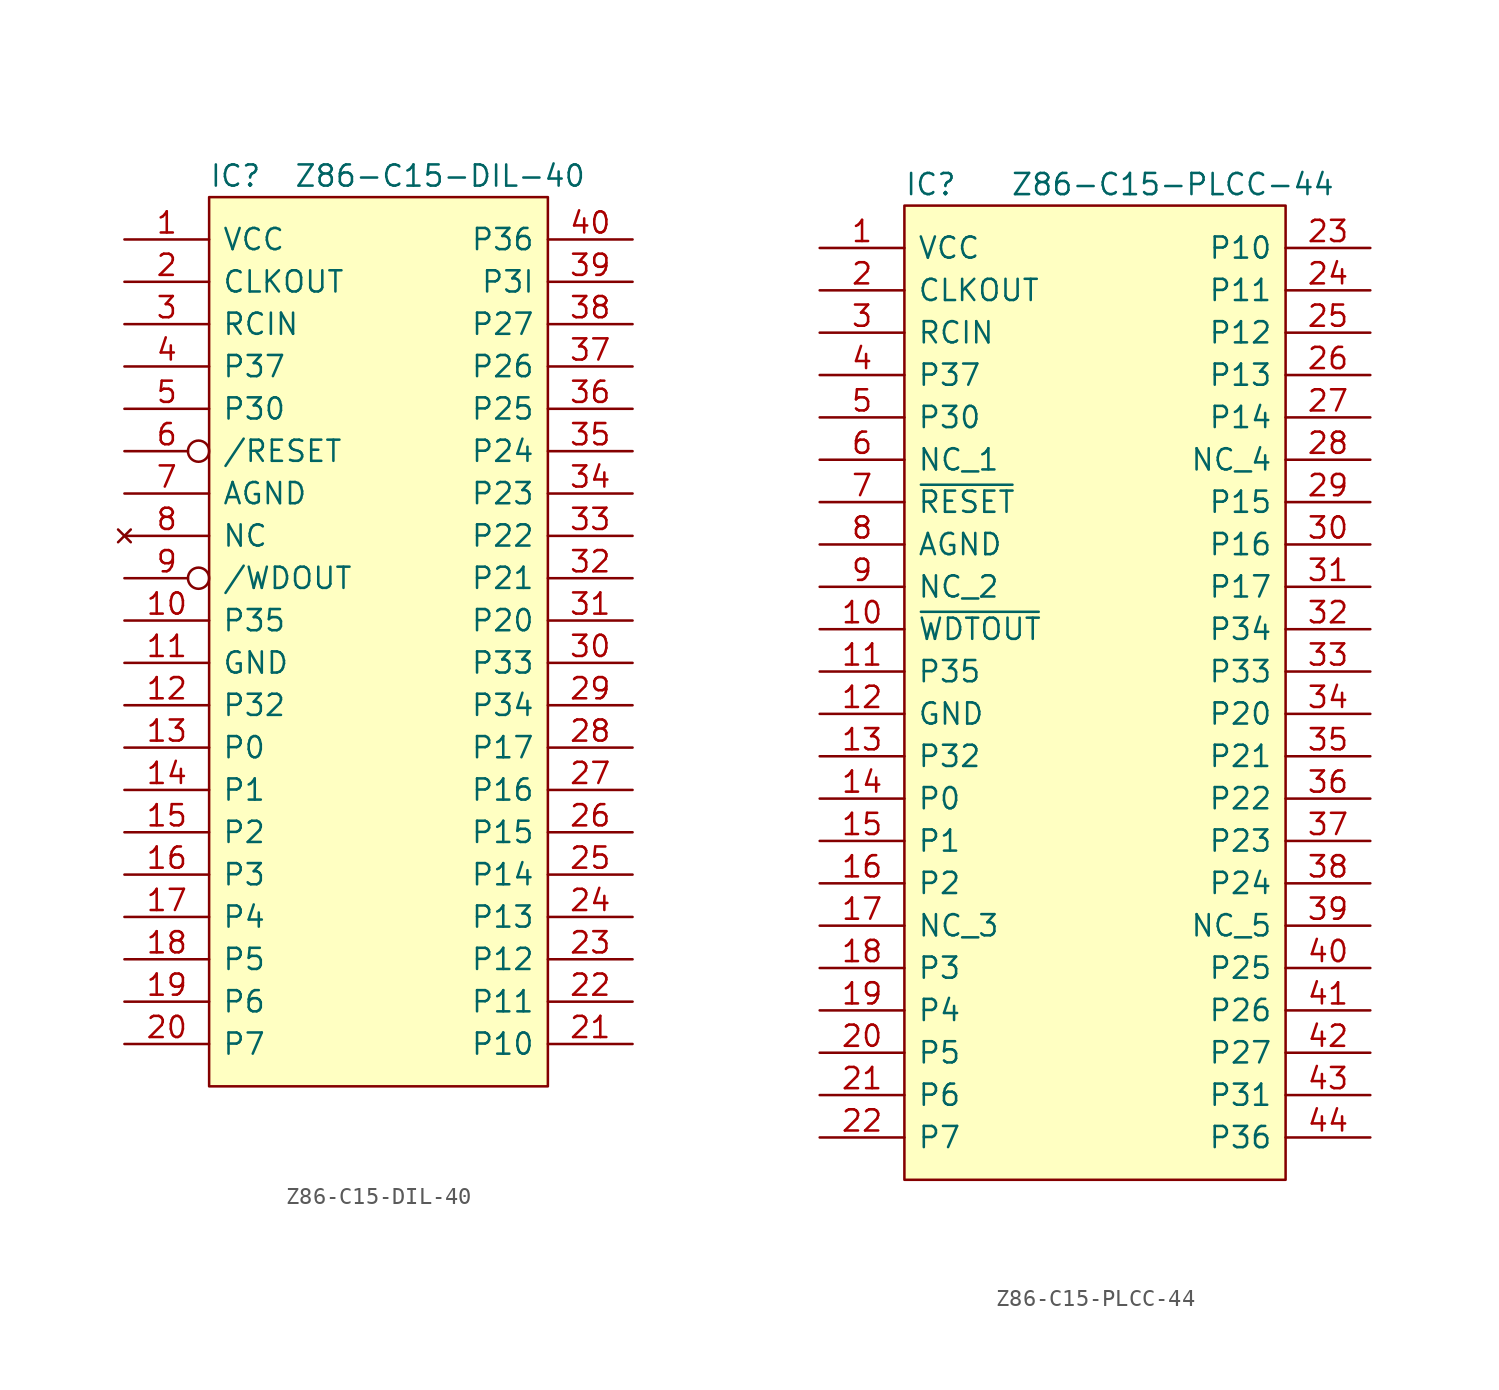
<source format=kicad_sym>
(kicad_symbol_lib
  (version 20211014)
  (generator kicad_symbol_editor)
  (symbol "Z86-C15-DIL-40"
    (pin_names
      (offset 0.762))
    (property "Reference" "IC"
      (at 0 1.27 0)
      (effects (font (size 1.27 1.27)) (justify left)))
    (property "Value" "Z86-C15-DIL-40"
      (at 5.08 1.27 0)
      (effects (font (size 1.27 1.27)) (justify left)))
    (symbol "Z86-C15-DIL-40_0_0"
      (pin power_in line (at -5.08 -2.54 0) (length 5.08) (name "VCC" (effects (font (size 1.27 1.27)))) (number "1" (effects (font (size 1.27 1.27)))))
      (pin output line (at -5.08 -25.4 0) (length 5.08) (name "P35" (effects (font (size 1.27 1.27)))) (number "10" (effects (font (size 1.27 1.27)))))
      (pin power_in line (at -5.08 -27.94 0) (length 5.08) (name "GND" (effects (font (size 1.27 1.27)))) (number "11" (effects (font (size 1.27 1.27)))))
      (pin input line (at -5.08 -30.48 0) (length 5.08) (name "P32" (effects (font (size 1.27 1.27)))) (number "12" (effects (font (size 1.27 1.27)))))
      (pin bidirectional line (at -5.08 -33.02 0) (length 5.08) (name "P0" (effects (font (size 1.27 1.27)))) (number "13" (effects (font (size 1.27 1.27)))))
      (pin bidirectional line (at -5.08 -35.56 0) (length 5.08) (name "P1" (effects (font (size 1.27 1.27)))) (number "14" (effects (font (size 1.27 1.27)))))
      (pin bidirectional line (at -5.08 -38.1 0) (length 5.08) (name "P2" (effects (font (size 1.27 1.27)))) (number "15" (effects (font (size 1.27 1.27)))))
      (pin bidirectional line (at -5.08 -40.64 0) (length 5.08) (name "P3" (effects (font (size 1.27 1.27)))) (number "16" (effects (font (size 1.27 1.27)))))
      (pin bidirectional line (at -5.08 -43.18 0) (length 5.08) (name "P4" (effects (font (size 1.27 1.27)))) (number "17" (effects (font (size 1.27 1.27)))))
      (pin bidirectional line (at -5.08 -45.72 0) (length 5.08) (name "P5" (effects (font (size 1.27 1.27)))) (number "18" (effects (font (size 1.27 1.27)))))
      (pin bidirectional line (at -5.08 -48.26 0) (length 5.08) (name "P6" (effects (font (size 1.27 1.27)))) (number "19" (effects (font (size 1.27 1.27)))))
      (pin output line (at -5.08 -5.08 0) (length 5.08) (name "CLKOUT" (effects (font (size 1.27 1.27)))) (number "2" (effects (font (size 1.27 1.27)))))
      (pin bidirectional line (at -5.08 -50.8 0) (length 5.08) (name "P7" (effects (font (size 1.27 1.27)))) (number "20" (effects (font (size 1.27 1.27)))))
      (pin bidirectional line (at 25.4 -50.8 180) (length 5.08) (name "P10" (effects (font (size 1.27 1.27)))) (number "21" (effects (font (size 1.27 1.27)))))
      (pin bidirectional line (at 25.4 -48.26 180) (length 5.08) (name "P11" (effects (font (size 1.27 1.27)))) (number "22" (effects (font (size 1.27 1.27)))))
      (pin bidirectional line (at 25.4 -45.72 180) (length 5.08) (name "P12" (effects (font (size 1.27 1.27)))) (number "23" (effects (font (size 1.27 1.27)))))
      (pin bidirectional line (at 25.4 -43.18 180) (length 5.08) (name "P13" (effects (font (size 1.27 1.27)))) (number "24" (effects (font (size 1.27 1.27)))))
      (pin bidirectional line (at 25.4 -40.64 180) (length 5.08) (name "P14" (effects (font (size 1.27 1.27)))) (number "25" (effects (font (size 1.27 1.27)))))
      (pin bidirectional line (at 25.4 -38.1 180) (length 5.08) (name "P15" (effects (font (size 1.27 1.27)))) (number "26" (effects (font (size 1.27 1.27)))))
      (pin bidirectional line (at 25.4 -35.56 180) (length 5.08) (name "P16" (effects (font (size 1.27 1.27)))) (number "27" (effects (font (size 1.27 1.27)))))
      (pin bidirectional line (at 25.4 -33.02 180) (length 5.08) (name "P17" (effects (font (size 1.27 1.27)))) (number "28" (effects (font (size 1.27 1.27)))))
      (pin output line (at 25.4 -30.48 180) (length 5.08) (name "P34" (effects (font (size 1.27 1.27)))) (number "29" (effects (font (size 1.27 1.27)))))
      (pin input line (at -5.08 -7.62 0) (length 5.08) (name "RCIN" (effects (font (size 1.27 1.27)))) (number "3" (effects (font (size 1.27 1.27)))))
      (pin input line (at 25.4 -27.94 180) (length 5.08) (name "P33" (effects (font (size 1.27 1.27)))) (number "30" (effects (font (size 1.27 1.27)))))
      (pin bidirectional line (at 25.4 -25.4 180) (length 5.08) (name "P20" (effects (font (size 1.27 1.27)))) (number "31" (effects (font (size 1.27 1.27)))))
      (pin bidirectional line (at 25.4 -22.86 180) (length 5.08) (name "P21" (effects (font (size 1.27 1.27)))) (number "32" (effects (font (size 1.27 1.27)))))
      (pin bidirectional line (at 25.4 -20.32 180) (length 5.08) (name "P22" (effects (font (size 1.27 1.27)))) (number "33" (effects (font (size 1.27 1.27)))))
      (pin bidirectional line (at 25.4 -17.78 180) (length 5.08) (name "P23" (effects (font (size 1.27 1.27)))) (number "34" (effects (font (size 1.27 1.27)))))
      (pin bidirectional line (at 25.4 -15.24 180) (length 5.08) (name "P24" (effects (font (size 1.27 1.27)))) (number "35" (effects (font (size 1.27 1.27)))))
      (pin bidirectional line (at 25.4 -12.7 180) (length 5.08) (name "P25" (effects (font (size 1.27 1.27)))) (number "36" (effects (font (size 1.27 1.27)))))
      (pin bidirectional line (at 25.4 -10.16 180) (length 5.08) (name "P26" (effects (font (size 1.27 1.27)))) (number "37" (effects (font (size 1.27 1.27)))))
      (pin bidirectional line (at 25.4 -7.62 180) (length 5.08) (name "P27" (effects (font (size 1.27 1.27)))) (number "38" (effects (font (size 1.27 1.27)))))
      (pin input line (at 25.4 -5.08 180) (length 5.08) (name "P3I" (effects (font (size 1.27 1.27)))) (number "39" (effects (font (size 1.27 1.27)))))
      (pin output line (at -5.08 -10.16 0) (length 5.08) (name "P37" (effects (font (size 1.27 1.27)))) (number "4" (effects (font (size 1.27 1.27)))))
      (pin output line (at 25.4 -2.54 180) (length 5.08) (name "P36" (effects (font (size 1.27 1.27)))) (number "40" (effects (font (size 1.27 1.27)))))
      (pin input line (at -5.08 -12.7 0) (length 5.08) (name "P30" (effects (font (size 1.27 1.27)))) (number "5" (effects (font (size 1.27 1.27)))))
      (pin input inverted (at -5.08 -15.24 0) (length 5.08) (name "/RESET" (effects (font (size 1.27 1.27)))) (number "6" (effects (font (size 1.27 1.27)))))
      (pin bidirectional line (at -5.08 -17.78 0) (length 5.08) (name "AGND" (effects (font (size 1.27 1.27)))) (number "7" (effects (font (size 1.27 1.27)))))
      (pin no_connect line (at -5.08 -20.32 0) (length 5.08) (name "NC" (effects (font (size 1.27 1.27)))) (number "8" (effects (font (size 1.27 1.27)))))
      (pin output inverted (at -5.08 -22.86 0) (length 5.08) (name "/WDOUT" (effects (font (size 1.27 1.27)))) (number "9" (effects (font (size 1.27 1.27))))))
    (symbol "Z86-C15-DIL-40_0_1"
      (polyline (pts (xy 0 0) (xy 20.32 0) (xy 20.32 -53.34) (xy 0 -53.34) (xy 0 0)) (stroke (width 0.152) (type solid)) (fill (type background)))))
  (symbol "Z86-C15-PLCC-44"
    (pin_names
      (offset 0.762))
    (property "Reference" "IC"
      (at 0 1.27 0)
      (effects (font (size 1.27 1.27)) (justify left)))
    (property "Value" "Z86-C15-PLCC-44"
      (at 6.35 1.27 0)
      (effects (font (size 1.27 1.27)) (justify left)))
    (symbol "Z86-C15-PLCC-44_0_0"
      (pin bidirectional line (at -5.08 -2.54 0) (length 5.08) (name "VCC" (effects (font (size 1.27 1.27)))) (number "1" (effects (font (size 1.27 1.27)))))
      (pin bidirectional line (at -5.08 -25.4 0) (length 5.08) (name "~{WDTOUT}" (effects (font (size 1.27 1.27)))) (number "10" (effects (font (size 1.27 1.27)))))
      (pin bidirectional line (at -5.08 -27.94 0) (length 5.08) (name "P35" (effects (font (size 1.27 1.27)))) (number "11" (effects (font (size 1.27 1.27)))))
      (pin bidirectional line (at -5.08 -30.48 0) (length 5.08) (name "GND" (effects (font (size 1.27 1.27)))) (number "12" (effects (font (size 1.27 1.27)))))
      (pin bidirectional line (at -5.08 -33.02 0) (length 5.08) (name "P32" (effects (font (size 1.27 1.27)))) (number "13" (effects (font (size 1.27 1.27)))))
      (pin bidirectional line (at -5.08 -35.56 0) (length 5.08) (name "P0" (effects (font (size 1.27 1.27)))) (number "14" (effects (font (size 1.27 1.27)))))
      (pin bidirectional line (at -5.08 -38.1 0) (length 5.08) (name "P1" (effects (font (size 1.27 1.27)))) (number "15" (effects (font (size 1.27 1.27)))))
      (pin bidirectional line (at -5.08 -40.64 0) (length 5.08) (name "P2" (effects (font (size 1.27 1.27)))) (number "16" (effects (font (size 1.27 1.27)))))
      (pin bidirectional line (at -5.08 -43.18 0) (length 5.08) (name "NC_3" (effects (font (size 1.27 1.27)))) (number "17" (effects (font (size 1.27 1.27)))))
      (pin bidirectional line (at -5.08 -45.72 0) (length 5.08) (name "P3" (effects (font (size 1.27 1.27)))) (number "18" (effects (font (size 1.27 1.27)))))
      (pin bidirectional line (at -5.08 -48.26 0) (length 5.08) (name "P4" (effects (font (size 1.27 1.27)))) (number "19" (effects (font (size 1.27 1.27)))))
      (pin bidirectional line (at -5.08 -5.08 0) (length 5.08) (name "CLKOUT" (effects (font (size 1.27 1.27)))) (number "2" (effects (font (size 1.27 1.27)))))
      (pin bidirectional line (at -5.08 -50.8 0) (length 5.08) (name "P5" (effects (font (size 1.27 1.27)))) (number "20" (effects (font (size 1.27 1.27)))))
      (pin bidirectional line (at -5.08 -53.34 0) (length 5.08) (name "P6" (effects (font (size 1.27 1.27)))) (number "21" (effects (font (size 1.27 1.27)))))
      (pin bidirectional line (at -5.08 -55.88 0) (length 5.08) (name "P7" (effects (font (size 1.27 1.27)))) (number "22" (effects (font (size 1.27 1.27)))))
      (pin bidirectional line (at 27.94 -2.54 180) (length 5.08) (name "P10" (effects (font (size 1.27 1.27)))) (number "23" (effects (font (size 1.27 1.27)))))
      (pin bidirectional line (at 27.94 -5.08 180) (length 5.08) (name "P11" (effects (font (size 1.27 1.27)))) (number "24" (effects (font (size 1.27 1.27)))))
      (pin bidirectional line (at 27.94 -7.62 180) (length 5.08) (name "P12" (effects (font (size 1.27 1.27)))) (number "25" (effects (font (size 1.27 1.27)))))
      (pin bidirectional line (at 27.94 -10.16 180) (length 5.08) (name "P13" (effects (font (size 1.27 1.27)))) (number "26" (effects (font (size 1.27 1.27)))))
      (pin bidirectional line (at 27.94 -12.7 180) (length 5.08) (name "P14" (effects (font (size 1.27 1.27)))) (number "27" (effects (font (size 1.27 1.27)))))
      (pin bidirectional line (at 27.94 -15.24 180) (length 5.08) (name "NC_4" (effects (font (size 1.27 1.27)))) (number "28" (effects (font (size 1.27 1.27)))))
      (pin bidirectional line (at 27.94 -17.78 180) (length 5.08) (name "P15" (effects (font (size 1.27 1.27)))) (number "29" (effects (font (size 1.27 1.27)))))
      (pin bidirectional line (at -5.08 -7.62 0) (length 5.08) (name "RCIN" (effects (font (size 1.27 1.27)))) (number "3" (effects (font (size 1.27 1.27)))))
      (pin bidirectional line (at 27.94 -20.32 180) (length 5.08) (name "P16" (effects (font (size 1.27 1.27)))) (number "30" (effects (font (size 1.27 1.27)))))
      (pin bidirectional line (at 27.94 -22.86 180) (length 5.08) (name "P17" (effects (font (size 1.27 1.27)))) (number "31" (effects (font (size 1.27 1.27)))))
      (pin bidirectional line (at 27.94 -25.4 180) (length 5.08) (name "P34" (effects (font (size 1.27 1.27)))) (number "32" (effects (font (size 1.27 1.27)))))
      (pin bidirectional line (at 27.94 -27.94 180) (length 5.08) (name "P33" (effects (font (size 1.27 1.27)))) (number "33" (effects (font (size 1.27 1.27)))))
      (pin bidirectional line (at 27.94 -30.48 180) (length 5.08) (name "P20" (effects (font (size 1.27 1.27)))) (number "34" (effects (font (size 1.27 1.27)))))
      (pin bidirectional line (at 27.94 -33.02 180) (length 5.08) (name "P21" (effects (font (size 1.27 1.27)))) (number "35" (effects (font (size 1.27 1.27)))))
      (pin bidirectional line (at 27.94 -35.56 180) (length 5.08) (name "P22" (effects (font (size 1.27 1.27)))) (number "36" (effects (font (size 1.27 1.27)))))
      (pin bidirectional line (at 27.94 -38.1 180) (length 5.08) (name "P23" (effects (font (size 1.27 1.27)))) (number "37" (effects (font (size 1.27 1.27)))))
      (pin bidirectional line (at 27.94 -40.64 180) (length 5.08) (name "P24" (effects (font (size 1.27 1.27)))) (number "38" (effects (font (size 1.27 1.27)))))
      (pin bidirectional line (at 27.94 -43.18 180) (length 5.08) (name "NC_5" (effects (font (size 1.27 1.27)))) (number "39" (effects (font (size 1.27 1.27)))))
      (pin bidirectional line (at -5.08 -10.16 0) (length 5.08) (name "P37" (effects (font (size 1.27 1.27)))) (number "4" (effects (font (size 1.27 1.27)))))
      (pin bidirectional line (at 27.94 -45.72 180) (length 5.08) (name "P25" (effects (font (size 1.27 1.27)))) (number "40" (effects (font (size 1.27 1.27)))))
      (pin bidirectional line (at 27.94 -48.26 180) (length 5.08) (name "P26" (effects (font (size 1.27 1.27)))) (number "41" (effects (font (size 1.27 1.27)))))
      (pin bidirectional line (at 27.94 -50.8 180) (length 5.08) (name "P27" (effects (font (size 1.27 1.27)))) (number "42" (effects (font (size 1.27 1.27)))))
      (pin bidirectional line (at 27.94 -53.34 180) (length 5.08) (name "P31" (effects (font (size 1.27 1.27)))) (number "43" (effects (font (size 1.27 1.27)))))
      (pin bidirectional line (at 27.94 -55.88 180) (length 5.08) (name "P36" (effects (font (size 1.27 1.27)))) (number "44" (effects (font (size 1.27 1.27)))))
      (pin bidirectional line (at -5.08 -12.7 0) (length 5.08) (name "P30" (effects (font (size 1.27 1.27)))) (number "5" (effects (font (size 1.27 1.27)))))
      (pin bidirectional line (at -5.08 -15.24 0) (length 5.08) (name "NC_1" (effects (font (size 1.27 1.27)))) (number "6" (effects (font (size 1.27 1.27)))))
      (pin bidirectional line (at -5.08 -17.78 0) (length 5.08) (name "~{RESET}" (effects (font (size 1.27 1.27)))) (number "7" (effects (font (size 1.27 1.27)))))
      (pin bidirectional line (at -5.08 -20.32 0) (length 5.08) (name "AGND" (effects (font (size 1.27 1.27)))) (number "8" (effects (font (size 1.27 1.27)))))
      (pin bidirectional line (at -5.08 -22.86 0) (length 5.08) (name "NC_2" (effects (font (size 1.27 1.27)))) (number "9" (effects (font (size 1.27 1.27))))))
    (symbol "Z86-C15-PLCC-44_0_1"
      (polyline (pts (xy 0 0) (xy 22.86 0) (xy 22.86 -58.42) (xy 0 -58.42) (xy 0 0)) (stroke (width 0.152) (type solid)) (fill (type background))))))
</source>
